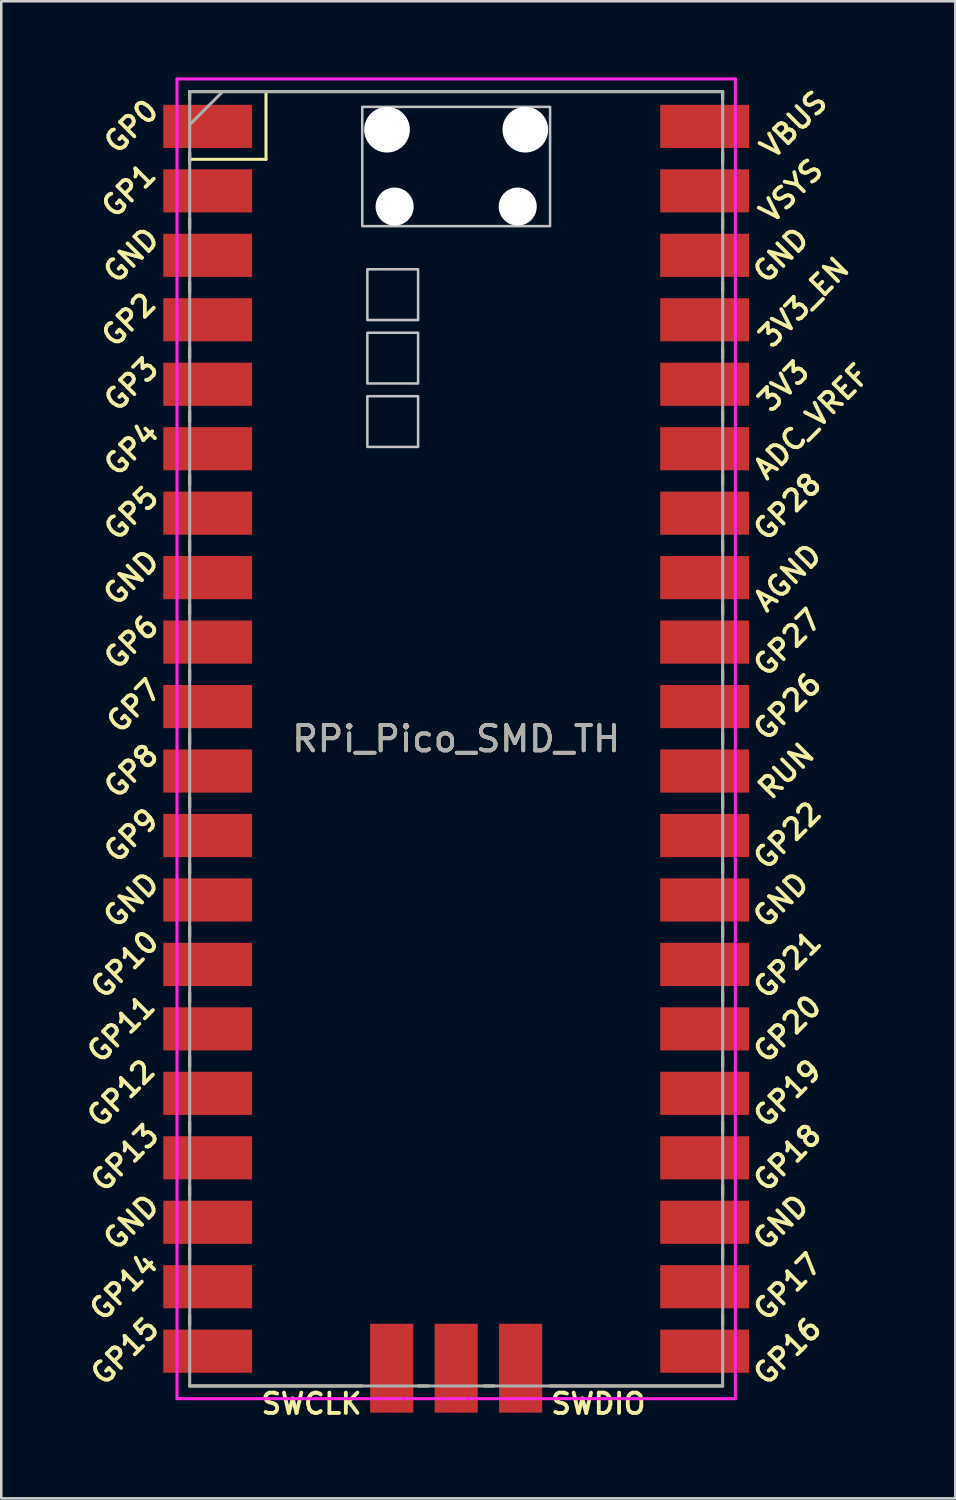
<source format=kicad_pcb>
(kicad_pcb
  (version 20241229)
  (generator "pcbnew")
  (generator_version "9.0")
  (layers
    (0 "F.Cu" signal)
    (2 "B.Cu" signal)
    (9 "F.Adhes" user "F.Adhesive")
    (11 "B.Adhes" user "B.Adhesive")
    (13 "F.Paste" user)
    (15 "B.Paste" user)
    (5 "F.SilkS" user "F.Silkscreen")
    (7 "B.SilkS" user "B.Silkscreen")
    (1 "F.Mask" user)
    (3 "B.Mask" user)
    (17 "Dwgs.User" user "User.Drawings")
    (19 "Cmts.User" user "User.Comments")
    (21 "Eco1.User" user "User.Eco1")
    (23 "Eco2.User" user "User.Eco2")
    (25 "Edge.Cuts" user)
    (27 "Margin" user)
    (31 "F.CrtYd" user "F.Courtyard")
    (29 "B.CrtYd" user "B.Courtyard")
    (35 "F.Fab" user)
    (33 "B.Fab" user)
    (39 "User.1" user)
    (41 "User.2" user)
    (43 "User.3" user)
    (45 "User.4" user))
  (footprint "RPi_Pico_SMD_TH"
    (layer "F.Cu")
    (at 14.924 26.06)
    (property "Reference" "RPi_Pico_SMD_TH" (at 0 0 0) (layer "F.SilkS") (effects (font (size 1 1) (thickness 0.15))))
    (attr through_hole)
    (fp_line (start -10.5 -25.5) (end -10.5 -25.2) (stroke (width 0.12) (type solid)) (layer "F.SilkS"))
    (fp_line (start -10.5 -25.5) (end 10.5 -25.5) (stroke (width 0.12) (type solid)) (layer "F.SilkS"))
    (fp_line (start -10.5 -23.1) (end -10.5 -22.7) (stroke (width 0.12) (type solid)) (layer "F.SilkS"))
    (fp_line (start -10.5 -22.833) (end -7.493 -22.833) (stroke (width 0.12) (type solid)) (layer "F.SilkS"))
    (fp_line (start -10.5 -20.5) (end -10.5 -20.1) (stroke (width 0.12) (type solid)) (layer "F.SilkS"))
    (fp_line (start -10.5 -18) (end -10.5 -17.6) (stroke (width 0.12) (type solid)) (layer "F.SilkS"))
    (fp_line (start -10.5 -15.4) (end -10.5 -15) (stroke (width 0.12) (type solid)) (layer "F.SilkS"))
    (fp_line (start -10.5 -12.9) (end -10.5 -12.5) (stroke (width 0.12) (type solid)) (layer "F.SilkS"))
    (fp_line (start -10.5 -10.4) (end -10.5 -10) (stroke (width 0.12) (type solid)) (layer "F.SilkS"))
    (fp_line (start -10.5 -7.8) (end -10.5 -7.4) (stroke (width 0.12) (type solid)) (layer "F.SilkS"))
    (fp_line (start -10.5 -5.3) (end -10.5 -4.9) (stroke (width 0.12) (type solid)) (layer "F.SilkS"))
    (fp_line (start -10.5 -2.7) (end -10.5 -2.3) (stroke (width 0.12) (type solid)) (layer "F.SilkS"))
    (fp_line (start -10.5 -0.2) (end -10.5 0.2) (stroke (width 0.12) (type solid)) (layer "F.SilkS"))
    (fp_line (start -10.5 2.3) (end -10.5 2.7) (stroke (width 0.12) (type solid)) (layer "F.SilkS"))
    (fp_line (start -10.5 4.9) (end -10.5 5.3) (stroke (width 0.12) (type solid)) (layer "F.SilkS"))
    (fp_line (start -10.5 7.4) (end -10.5 7.8) (stroke (width 0.12) (type solid)) (layer "F.SilkS"))
    (fp_line (start -10.5 10) (end -10.5 10.4) (stroke (width 0.12) (type solid)) (layer "F.SilkS"))
    (fp_line (start -10.5 12.5) (end -10.5 12.9) (stroke (width 0.12) (type solid)) (layer "F.SilkS"))
    (fp_line (start -10.5 15.1) (end -10.5 15.5) (stroke (width 0.12) (type solid)) (layer "F.SilkS"))
    (fp_line (start -10.5 17.6) (end -10.5 18) (stroke (width 0.12) (type solid)) (layer "F.SilkS"))
    (fp_line (start -10.5 20.1) (end -10.5 20.5) (stroke (width 0.12) (type solid)) (layer "F.SilkS"))
    (fp_line (start -10.5 22.7) (end -10.5 23.1) (stroke (width 0.12) (type solid)) (layer "F.SilkS"))
    (fp_line (start -7.493 -22.833) (end -7.493 -25.5) (stroke (width 0.12) (type solid)) (layer "F.SilkS"))
    (fp_line (start -3.7 25.5) (end -10.5 25.5) (stroke (width 0.12) (type solid)) (layer "F.SilkS"))
    (fp_line (start -1.5 25.5) (end -1.1 25.5) (stroke (width 0.12) (type solid)) (layer "F.SilkS"))
    (fp_line (start 1.1 25.5) (end 1.5 25.5) (stroke (width 0.12) (type solid)) (layer "F.SilkS"))
    (fp_line (start 10.5 -25.5) (end 10.5 -25.2) (stroke (width 0.12) (type solid)) (layer "F.SilkS"))
    (fp_line (start 10.5 -23.1) (end 10.5 -22.7) (stroke (width 0.12) (type solid)) (layer "F.SilkS"))
    (fp_line (start 10.5 -20.5) (end 10.5 -20.1) (stroke (width 0.12) (type solid)) (layer "F.SilkS"))
    (fp_line (start 10.5 -18) (end 10.5 -17.6) (stroke (width 0.12) (type solid)) (layer "F.SilkS"))
    (fp_line (start 10.5 -15.4) (end 10.5 -15) (stroke (width 0.12) (type solid)) (layer "F.SilkS"))
    (fp_line (start 10.5 -12.9) (end 10.5 -12.5) (stroke (width 0.12) (type solid)) (layer "F.SilkS"))
    (fp_line (start 10.5 -10.4) (end 10.5 -10) (stroke (width 0.12) (type solid)) (layer "F.SilkS"))
    (fp_line (start 10.5 -7.8) (end 10.5 -7.4) (stroke (width 0.12) (type solid)) (layer "F.SilkS"))
    (fp_line (start 10.5 -5.3) (end 10.5 -4.9) (stroke (width 0.12) (type solid)) (layer "F.SilkS"))
    (fp_line (start 10.5 -2.7) (end 10.5 -2.3) (stroke (width 0.12) (type solid)) (layer "F.SilkS"))
    (fp_line (start 10.5 -0.2) (end 10.5 0.2) (stroke (width 0.12) (type solid)) (layer "F.SilkS"))
    (fp_line (start 10.5 2.3) (end 10.5 2.7) (stroke (width 0.12) (type solid)) (layer "F.SilkS"))
    (fp_line (start 10.5 4.9) (end 10.5 5.3) (stroke (width 0.12) (type solid)) (layer "F.SilkS"))
    (fp_line (start 10.5 7.4) (end 10.5 7.8) (stroke (width 0.12) (type solid)) (layer "F.SilkS"))
    (fp_line (start 10.5 10) (end 10.5 10.4) (stroke (width 0.12) (type solid)) (layer "F.SilkS"))
    (fp_line (start 10.5 12.5) (end 10.5 12.9) (stroke (width 0.12) (type solid)) (layer "F.SilkS"))
    (fp_line (start 10.5 15.1) (end 10.5 15.5) (stroke (width 0.12) (type solid)) (layer "F.SilkS"))
    (fp_line (start 10.5 17.6) (end 10.5 18) (stroke (width 0.12) (type solid)) (layer "F.SilkS"))
    (fp_line (start 10.5 20.1) (end 10.5 20.5) (stroke (width 0.12) (type solid)) (layer "F.SilkS"))
    (fp_line (start 10.5 22.7) (end 10.5 23.1) (stroke (width 0.12) (type solid)) (layer "F.SilkS"))
    (fp_line (start 10.5 25.5) (end 3.7 25.5) (stroke (width 0.12) (type solid)) (layer "F.SilkS"))
    (fp_poly (pts (xy -1.5 -16.5) (xy -3.5 -16.5) (xy -3.5 -18.5) (xy -1.5 -18.5)) (stroke (width 0.1) (type solid)) (fill no) (layer "Dwgs.User"))
    (fp_poly (pts (xy -1.5 -14) (xy -3.5 -14) (xy -3.5 -16) (xy -1.5 -16)) (stroke (width 0.1) (type solid)) (fill no) (layer "Dwgs.User"))
    (fp_poly (pts (xy -1.5 -11.5) (xy -3.5 -11.5) (xy -3.5 -13.5) (xy -1.5 -13.5)) (stroke (width 0.1) (type solid)) (fill no) (layer "Dwgs.User"))
    (fp_poly (pts (xy 3.7 -20.2) (xy -3.7 -20.2) (xy -3.7 -24.9) (xy 3.7 -24.9)) (stroke (width 0.1) (type solid)) (fill no) (layer "Dwgs.User"))
    (fp_line (start -11 -26) (end 11 -26) (stroke (width 0.12) (type solid)) (layer "F.CrtYd"))
    (fp_line (start -11 26) (end -11 -26) (stroke (width 0.12) (type solid)) (layer "F.CrtYd"))
    (fp_line (start 11 -26) (end 11 26) (stroke (width 0.12) (type solid)) (layer "F.CrtYd"))
    (fp_line (start 11 26) (end -11 26) (stroke (width 0.12) (type solid)) (layer "F.CrtYd"))
    (fp_line (start -10.5 -25.5) (end 10.5 -25.5) (stroke (width 0.12) (type solid)) (layer "F.Fab"))
    (fp_line (start -10.5 -24.2) (end -9.2 -25.5) (stroke (width 0.12) (type solid)) (layer "F.Fab"))
    (fp_line (start -10.5 25.5) (end -10.5 -25.5) (stroke (width 0.12) (type solid)) (layer "F.Fab"))
    (fp_line (start 10.5 -25.5) (end 10.5 25.5) (stroke (width 0.12) (type solid)) (layer "F.Fab"))
    (fp_line (start 10.5 25.5) (end -10.5 25.5) (stroke (width 0.12) (type solid)) (layer "F.Fab"))
    (fp_text user "3V3" (at 12.9 -13.9 45) (layer "F.SilkS") (effects (font (size 0.8 0.8) (thickness 0.15))))
    (fp_text user "ADC_VREF" (at 14 -12.5 45) (layer "F.SilkS") (effects (font (size 0.8 0.8) (thickness 0.15))))
    (fp_text user "GND" (at -12.8 6.35 45) (layer "F.SilkS") (effects (font (size 0.8 0.8) (thickness 0.15))))
    (fp_text user "GP27" (at 13.054 -3.8 45) (layer "F.SilkS") (effects (font (size 0.8 0.8) (thickness 0.15))))
    (fp_text user "GP15" (at -13.054 24.13 45) (layer "F.SilkS") (effects (font (size 0.8 0.8) (thickness 0.15))))
    (fp_text user "GP14" (at -13.1 21.59 45) (layer "F.SilkS") (effects (font (size 0.8 0.8) (thickness 0.15))))
    (fp_text user "GP28" (at 13.054 -9.144 45) (layer "F.SilkS") (effects (font (size 0.8 0.8) (thickness 0.15))))
    (fp_text user "GP10" (at -13.054 8.89 45) (layer "F.SilkS") (effects (font (size 0.8 0.8) (thickness 0.15))))
    (fp_text user "GP18" (at 13.054 16.51 45) (layer "F.SilkS") (effects (font (size 0.8 0.8) (thickness 0.15))))
    (fp_text user "GP5" (at -12.8 -8.89 45) (layer "F.SilkS") (effects (font (size 0.8 0.8) (thickness 0.15))))
    (fp_text user "GP13" (at -13.054 16.51 45) (layer "F.SilkS") (effects (font (size 0.8 0.8) (thickness 0.15))))
    (fp_text user "GP3" (at -12.8 -13.97 45) (layer "F.SilkS") (effects (font (size 0.8 0.8) (thickness 0.15))))
    (fp_text user "GP26" (at 13.054 -1.27 45) (layer "F.SilkS") (effects (font (size 0.8 0.8) (thickness 0.15))))
    (fp_text user "GP4" (at -12.8 -11.43 45) (layer "F.SilkS") (effects (font (size 0.8 0.8) (thickness 0.15))))
    (fp_text user "GP8" (at -12.8 1.27 45) (layer "F.SilkS") (effects (font (size 0.8 0.8) (thickness 0.15))))
    (fp_text user "SWCLK" (at -5.7 26.2 0) (layer "F.SilkS") (effects (font (size 0.8 0.8) (thickness 0.15))))
    (fp_text user "GP9" (at -12.8 3.81 45) (layer "F.SilkS") (effects (font (size 0.8 0.8) (thickness 0.15))))
    (fp_text user "GP12" (at -13.2 13.97 45) (layer "F.SilkS") (effects (font (size 0.8 0.8) (thickness 0.15))))
    (fp_text user "GP19" (at 13.054 13.97 45) (layer "F.SilkS") (effects (font (size 0.8 0.8) (thickness 0.15))))
    (fp_text user "VSYS" (at 13.2 -21.59 45) (layer "F.SilkS") (effects (font (size 0.8 0.8) (thickness 0.15))))
    (fp_text user "GND" (at -12.8 -19.05 45) (layer "F.SilkS") (effects (font (size 0.8 0.8) (thickness 0.15))))
    (fp_text user "GP21" (at 13.054 8.9 45) (layer "F.SilkS") (effects (font (size 0.8 0.8) (thickness 0.15))))
    (fp_text user "GND" (at -12.8 19.05 45) (layer "F.SilkS") (effects (font (size 0.8 0.8) (thickness 0.15))))
    (fp_text user "GP7" (at -12.7 -1.3 45) (layer "F.SilkS") (effects (font (size 0.8 0.8) (thickness 0.15))))
    (fp_text user "GND" (at 12.8 19.05 45) (layer "F.SilkS") (effects (font (size 0.8 0.8) (thickness 0.15))))
    (fp_text user "VBUS" (at 13.3 -24.2 45) (layer "F.SilkS") (effects (font (size 0.8 0.8) (thickness 0.15))))
    (fp_text user "GND" (at -12.8 -6.35 45) (layer "F.SilkS") (effects (font (size 0.8 0.8) (thickness 0.15))))
    (fp_text user "3V3_EN" (at 13.7 -17.2 45) (layer "F.SilkS") (effects (font (size 0.8 0.8) (thickness 0.15))))
    (fp_text user "GND" (at 12.8 6.35 45) (layer "F.SilkS") (effects (font (size 0.8 0.8) (thickness 0.15))))
    (fp_text user "GND" (at 12.8 -19.05 45) (layer "F.SilkS") (effects (font (size 0.8 0.8) (thickness 0.15))))
    (fp_text user "GP1" (at -12.9 -21.6 45) (layer "F.SilkS") (effects (font (size 0.8 0.8) (thickness 0.15))))
    (fp_text user "GP22" (at 13.054 3.81 45) (layer "F.SilkS") (effects (font (size 0.8 0.8) (thickness 0.15))))
    (fp_text user "GP2" (at -12.9 -16.51 45) (layer "F.SilkS") (effects (font (size 0.8 0.8) (thickness 0.15))))
    (fp_text user "RUN" (at 13 1.27 45) (layer "F.SilkS") (effects (font (size 0.8 0.8) (thickness 0.15))))
    (fp_text user "SWDIO" (at 5.6 26.2 0) (layer "F.SilkS") (effects (font (size 0.8 0.8) (thickness 0.15))))
    (fp_text user "AGND" (at 13.054 -6.35 45) (layer "F.SilkS") (effects (font (size 0.8 0.8) (thickness 0.15))))
    (fp_text user "GP0" (at -12.8 -24.13 45) (layer "F.SilkS") (effects (font (size 0.8 0.8) (thickness 0.15))))
    (fp_text user "GP6" (at -12.8 -3.81 45) (layer "F.SilkS") (effects (font (size 0.8 0.8) (thickness 0.15))))
    (fp_text user "GP11" (at -13.2 11.43 45) (layer "F.SilkS") (effects (font (size 0.8 0.8) (thickness 0.15))))
    (fp_text user "GP16" (at 13.054 24.13 45) (layer "F.SilkS") (effects (font (size 0.8 0.8) (thickness 0.15))))
    (fp_text user "GP17" (at 13.054 21.59 45) (layer "F.SilkS") (effects (font (size 0.8 0.8) (thickness 0.15))))
    (fp_text user "GP20" (at 13.054 11.43 45) (layer "F.SilkS") (effects (font (size 0.8 0.8) (thickness 0.15))))
    (fp_text user "${REFERENCE}" (at 0 0 180) (layer "F.Fab") (effects (font (size 1 1) (thickness 0.15))))
    (pad "" np_thru_hole oval (at -2.725 -24) (size 1.8 1.8) (drill 1.8) (layers "*.Cu" "*.Mask"))
    (pad "" np_thru_hole oval (at -2.425 -20.97) (size 1.5 1.5) (drill 1.5) (layers "*.Cu" "*.Mask"))
    (pad "" np_thru_hole oval (at 2.425 -20.97) (size 1.5 1.5) (drill 1.5) (layers "*.Cu" "*.Mask"))
    (pad "" np_thru_hole oval (at 2.725 -24) (size 1.8 1.8) (drill 1.8) (layers "*.Cu" "*.Mask"))
    (pad "1" smd rect (at -8.89 -24.13) (size 3.5 1.7) (drill (offset -0.9 0)) (layers "F.Cu" "F.Mask"))
    (pad "2" smd rect (at -8.89 -21.59) (size 3.5 1.7) (drill (offset -0.9 0)) (layers "F.Cu" "F.Mask"))
    (pad "3" smd rect (at -8.89 -19.05) (size 3.5 1.7) (drill (offset -0.9 0)) (layers "F.Cu" "F.Mask"))
    (pad "4" smd rect (at -8.89 -16.51) (size 3.5 1.7) (drill (offset -0.9 0)) (layers "F.Cu" "F.Mask"))
    (pad "5" smd rect (at -8.89 -13.97) (size 3.5 1.7) (drill (offset -0.9 0)) (layers "F.Cu" "F.Mask"))
    (pad "6" smd rect (at -8.89 -11.43) (size 3.5 1.7) (drill (offset -0.9 0)) (layers "F.Cu" "F.Mask"))
    (pad "7" smd rect (at -8.89 -8.89) (size 3.5 1.7) (drill (offset -0.9 0)) (layers "F.Cu" "F.Mask"))
    (pad "8" smd rect (at -8.89 -6.35) (size 3.5 1.7) (drill (offset -0.9 0)) (layers "F.Cu" "F.Mask"))
    (pad "9" smd rect (at -8.89 -3.81) (size 3.5 1.7) (drill (offset -0.9 0)) (layers "F.Cu" "F.Mask"))
    (pad "10" smd rect (at -8.89 -1.27) (size 3.5 1.7) (drill (offset -0.9 0)) (layers "F.Cu" "F.Mask"))
    (pad "11" smd rect (at -8.89 1.27) (size 3.5 1.7) (drill (offset -0.9 0)) (layers "F.Cu" "F.Mask"))
    (pad "12" smd rect (at -8.89 3.81) (size 3.5 1.7) (drill (offset -0.9 0)) (layers "F.Cu" "F.Mask"))
    (pad "13" smd rect (at -8.89 6.35) (size 3.5 1.7) (drill (offset -0.9 0)) (layers "F.Cu" "F.Mask"))
    (pad "14" smd rect (at -8.89 8.89) (size 3.5 1.7) (drill (offset -0.9 0)) (layers "F.Cu" "F.Mask"))
    (pad "15" smd rect (at -8.89 11.43) (size 3.5 1.7) (drill (offset -0.9 0)) (layers "F.Cu" "F.Mask"))
    (pad "16" smd rect (at -8.89 13.97) (size 3.5 1.7) (drill (offset -0.9 0)) (layers "F.Cu" "F.Mask"))
    (pad "17" smd rect (at -8.89 16.51) (size 3.5 1.7) (drill (offset -0.9 0)) (layers "F.Cu" "F.Mask"))
    (pad "18" smd rect (at -8.89 19.05) (size 3.5 1.7) (drill (offset -0.9 0)) (layers "F.Cu" "F.Mask"))
    (pad "19" smd rect (at -8.89 21.59) (size 3.5 1.7) (drill (offset -0.9 0)) (layers "F.Cu" "F.Mask"))
    (pad "20" smd rect (at -8.89 24.13) (size 3.5 1.7) (drill (offset -0.9 0)) (layers "F.Cu" "F.Mask"))
    (pad "21" smd rect (at 8.89 24.13) (size 3.5 1.7) (drill (offset 0.9 0)) (layers "F.Cu" "F.Mask"))
    (pad "22" smd rect (at 8.89 21.59) (size 3.5 1.7) (drill (offset 0.9 0)) (layers "F.Cu" "F.Mask"))
    (pad "23" smd rect (at 8.89 19.05) (size 3.5 1.7) (drill (offset 0.9 0)) (layers "F.Cu" "F.Mask"))
    (pad "24" smd rect (at 8.89 16.51) (size 3.5 1.7) (drill (offset 0.9 0)) (layers "F.Cu" "F.Mask"))
    (pad "25" smd rect (at 8.89 13.97) (size 3.5 1.7) (drill (offset 0.9 0)) (layers "F.Cu" "F.Mask"))
    (pad "26" smd rect (at 8.89 11.43) (size 3.5 1.7) (drill (offset 0.9 0)) (layers "F.Cu" "F.Mask"))
    (pad "27" smd rect (at 8.89 8.89) (size 3.5 1.7) (drill (offset 0.9 0)) (layers "F.Cu" "F.Mask"))
    (pad "28" smd rect (at 8.89 6.35) (size 3.5 1.7) (drill (offset 0.9 0)) (layers "F.Cu" "F.Mask"))
    (pad "29" smd rect (at 8.89 3.81) (size 3.5 1.7) (drill (offset 0.9 0)) (layers "F.Cu" "F.Mask"))
    (pad "30" smd rect (at 8.89 1.27) (size 3.5 1.7) (drill (offset 0.9 0)) (layers "F.Cu" "F.Mask"))
    (pad "31" smd rect (at 8.89 -1.27) (size 3.5 1.7) (drill (offset 0.9 0)) (layers "F.Cu" "F.Mask"))
    (pad "32" smd rect (at 8.89 -3.81) (size 3.5 1.7) (drill (offset 0.9 0)) (layers "F.Cu" "F.Mask"))
    (pad "33" smd rect (at 8.89 -6.35) (size 3.5 1.7) (drill (offset 0.9 0)) (layers "F.Cu" "F.Mask"))
    (pad "34" smd rect (at 8.89 -8.89) (size 3.5 1.7) (drill (offset 0.9 0)) (layers "F.Cu" "F.Mask"))
    (pad "35" smd rect (at 8.89 -11.43) (size 3.5 1.7) (drill (offset 0.9 0)) (layers "F.Cu" "F.Mask"))
    (pad "36" smd rect (at 8.89 -13.97) (size 3.5 1.7) (drill (offset 0.9 0)) (layers "F.Cu" "F.Mask"))
    (pad "37" smd rect (at 8.89 -16.51) (size 3.5 1.7) (drill (offset 0.9 0)) (layers "F.Cu" "F.Mask"))
    (pad "38" smd rect (at 8.89 -19.05) (size 3.5 1.7) (drill (offset 0.9 0)) (layers "F.Cu" "F.Mask"))
    (pad "39" smd rect (at 8.89 -21.59) (size 3.5 1.7) (drill (offset 0.9 0)) (layers "F.Cu" "F.Mask"))
    (pad "40" smd rect (at 8.89 -24.13) (size 3.5 1.7) (drill (offset 0.9 0)) (layers "F.Cu" "F.Mask"))
    (pad "41" smd rect (at -2.54 23.9 90) (size 3.5 1.7) (drill (offset -0.9 0)) (layers "F.Cu" "F.Mask"))
    (pad "42" smd rect (at 0 23.9 90) (size 3.5 1.7) (drill (offset -0.9 0)) (layers "F.Cu" "F.Mask"))
    (pad "43" smd rect (at 2.54 23.9 90) (size 3.5 1.7) (drill (offset -0.9 0)) (layers "F.Cu" "F.Mask")))
  (gr_rect
    (start -3 -3)
    (end 34.591 55.991)
    (stroke (width 0.1) (type default))
    (fill no)
    (layer "Edge.Cuts")))
</source>
